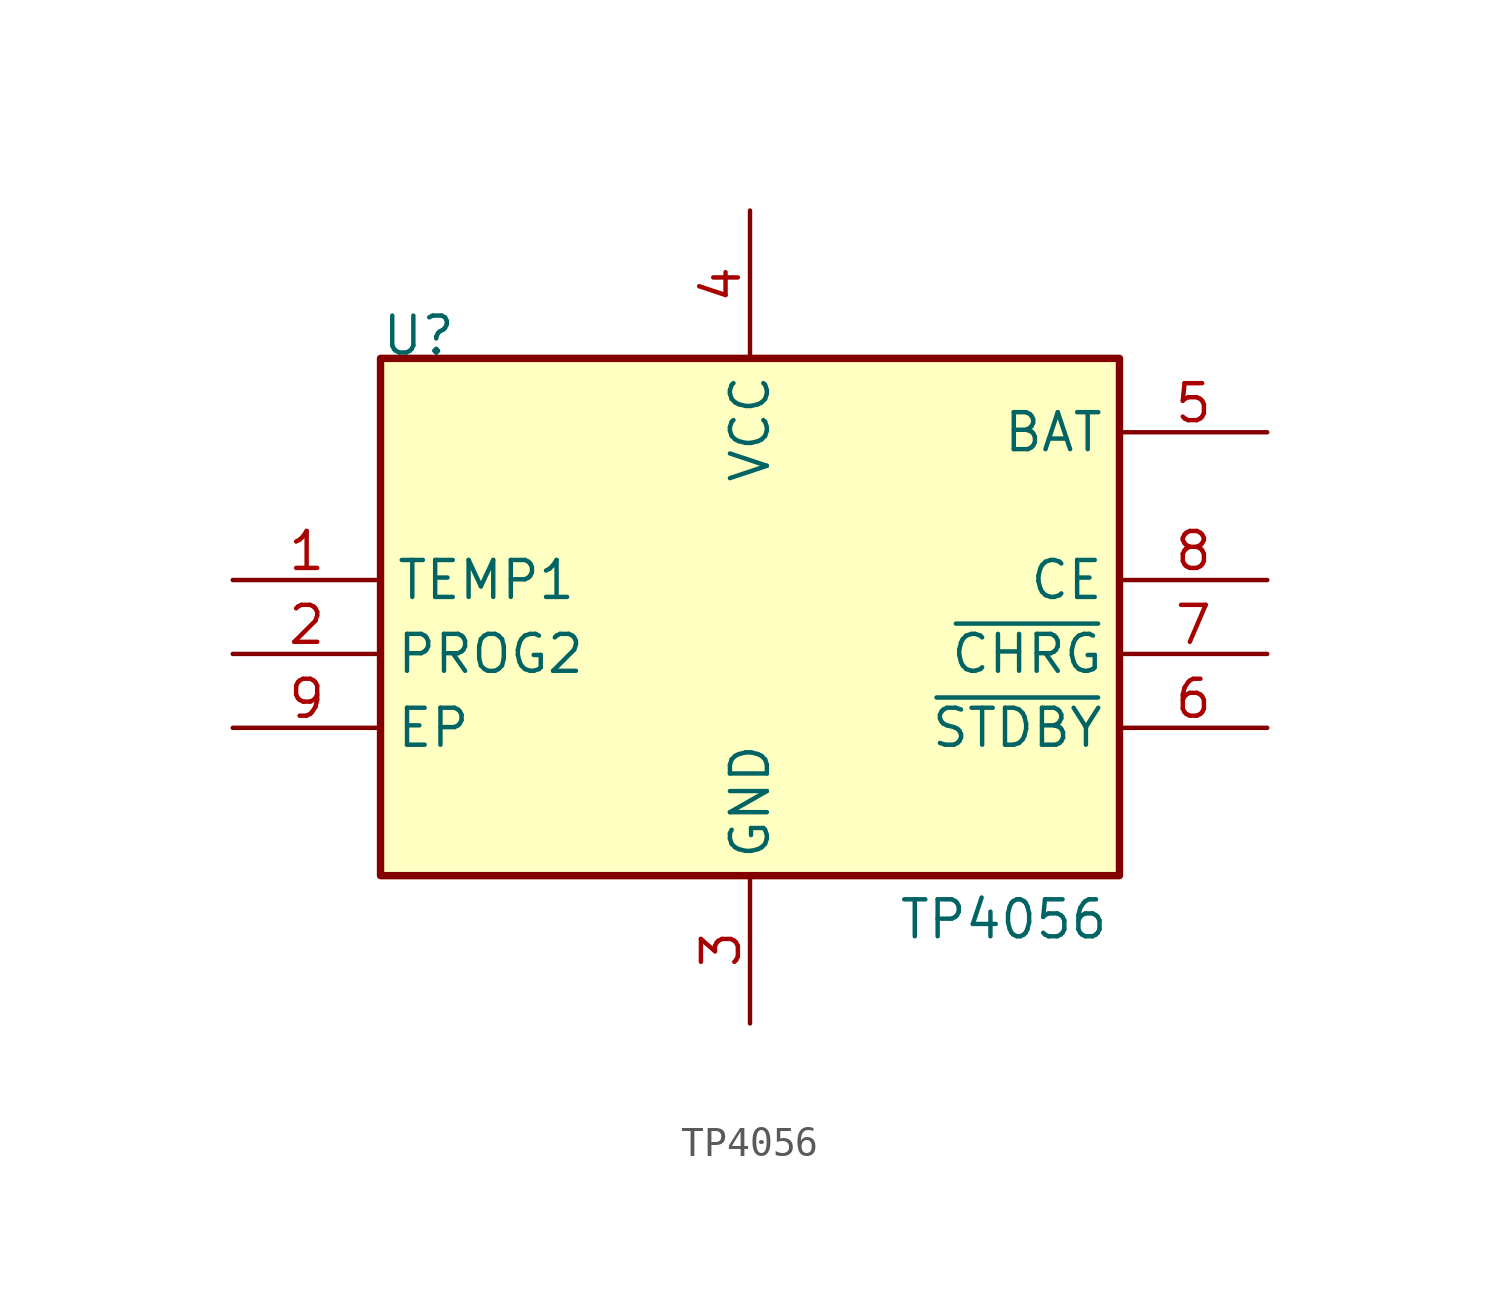
<source format=kicad_sym>
(kicad_symbol_lib
  (version 20231120)
  (generator "kicad_symbol_editor")
  (generator_version "8.0")
  (symbol "TP4056"
    (property "Reference" "U"
      (at 5.08 4.064 0)
      (effects (font (size 1.27 1.27)) (justify left top)))
    (property "Value" "TP4056"
      (at 22.86 -16.002 0)
      (effects (font (size 1.27 1.27)) (justify left top)))
    (symbol "TP4056_1_1"
      (rectangle (start 5.08 2.54) (end 30.48 -15.24) (stroke (width 0.254) (type default)) (fill (type background)))
      (pin passive line (at 0 -5.08 0) (length 5.08) (name "TEMP1" (effects (font (size 1.27 1.27)))) (number "1" (effects (font (size 1.27 1.27)))))
      (pin passive line (at 0 -7.62 0) (length 5.08) (name "PROG2" (effects (font (size 1.27 1.27)))) (number "2" (effects (font (size 1.27 1.27)))))
      (pin passive line (at 17.78 -20.32 90) (length 5.08) (name "GND" (effects (font (size 1.27 1.27)))) (number "3" (effects (font (size 1.27 1.27)))))
      (pin passive line (at 17.78 7.62 270) (length 5.08) (name "VCC" (effects (font (size 1.27 1.27)))) (number "4" (effects (font (size 1.27 1.27)))))
      (pin passive line (at 35.56 0 180) (length 5.08) (name "BAT" (effects (font (size 1.27 1.27)))) (number "5" (effects (font (size 1.27 1.27)))))
      (pin passive line (at 35.56 -10.16 180) (length 5.08) (name "~{STDBY}" (effects (font (size 1.27 1.27)))) (number "6" (effects (font (size 1.27 1.27)))))
      (pin passive line (at 35.56 -7.62 180) (length 5.08) (name "~{CHRG}" (effects (font (size 1.27 1.27)))) (number "7" (effects (font (size 1.27 1.27)))))
      (pin passive line (at 35.56 -5.08 180) (length 5.08) (name "CE" (effects (font (size 1.27 1.27)))) (number "8" (effects (font (size 1.27 1.27)))))
      (pin passive line (at 0 -10.16 0) (length 5.08) (name "EP" (effects (font (size 1.27 1.27)))) (number "9" (effects (font (size 1.27 1.27))))))))
</source>
